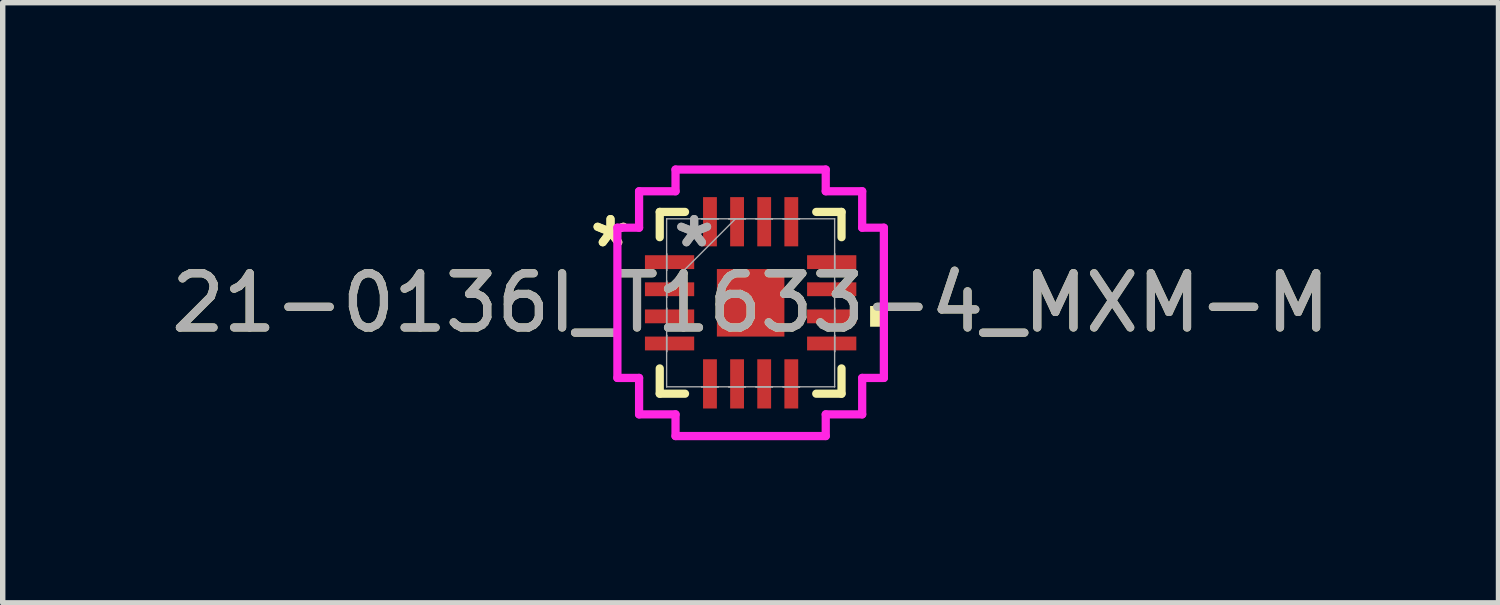
<source format=kicad_pcb>
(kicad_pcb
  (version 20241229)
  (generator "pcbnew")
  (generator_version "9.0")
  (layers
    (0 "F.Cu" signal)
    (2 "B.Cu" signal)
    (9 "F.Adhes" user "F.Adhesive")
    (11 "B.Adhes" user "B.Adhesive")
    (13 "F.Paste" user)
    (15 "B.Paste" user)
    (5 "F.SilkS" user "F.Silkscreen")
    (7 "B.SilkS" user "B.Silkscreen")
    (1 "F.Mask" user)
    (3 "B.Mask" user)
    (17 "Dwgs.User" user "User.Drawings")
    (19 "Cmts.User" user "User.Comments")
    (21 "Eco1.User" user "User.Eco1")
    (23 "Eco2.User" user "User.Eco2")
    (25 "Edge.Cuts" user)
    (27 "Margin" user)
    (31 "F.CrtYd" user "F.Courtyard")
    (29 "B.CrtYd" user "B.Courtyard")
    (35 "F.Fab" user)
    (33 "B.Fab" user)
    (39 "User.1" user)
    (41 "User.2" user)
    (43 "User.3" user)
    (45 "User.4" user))
  (footprint "21-0136I_T1633-4_MXM-M"
    (layer "F.Cu")
    (at 10.792 2.534)
    (property "Reference" "21-0136I_T1633-4_MXM-M" (at 0 0 0) (unlocked yes) (layer "F.SilkS") (effects (font (size 1 1) (thickness 0.15))))
    (attr smd)
    (fp_line (start -1.676 -1.676) (end -1.676 -1.21) (stroke (width 0.152) (type solid)) (layer "F.SilkS"))
    (fp_line (start -1.676 1.21) (end -1.676 1.676) (stroke (width 0.152) (type solid)) (layer "F.SilkS"))
    (fp_line (start -1.676 1.676) (end -1.21 1.676) (stroke (width 0.152) (type solid)) (layer "F.SilkS"))
    (fp_line (start -1.21 -1.676) (end -1.676 -1.676) (stroke (width 0.152) (type solid)) (layer "F.SilkS"))
    (fp_line (start 1.21 1.676) (end 1.676 1.676) (stroke (width 0.152) (type solid)) (layer "F.SilkS"))
    (fp_line (start 1.676 -1.676) (end 1.21 -1.676) (stroke (width 0.152) (type solid)) (layer "F.SilkS"))
    (fp_line (start 1.676 -1.21) (end 1.676 -1.676) (stroke (width 0.152) (type solid)) (layer "F.SilkS"))
    (fp_line (start 1.676 1.676) (end 1.676 1.21) (stroke (width 0.152) (type solid)) (layer "F.SilkS"))
    (fp_poly (pts (xy 2.457 0.059) (xy 2.457 0.441) (xy 2.203 0.441) (xy 2.203 0.059)) (stroke (width 0) (type solid)) (fill yes) (layer "F.SilkS"))
    (fp_line (start -2.457 -1.385) (end -2.057 -1.385) (stroke (width 0.152) (type solid)) (layer "F.CrtYd"))
    (fp_line (start -2.457 1.385) (end -2.457 -1.385) (stroke (width 0.152) (type solid)) (layer "F.CrtYd"))
    (fp_line (start -2.057 -2.057) (end -1.385 -2.057) (stroke (width 0.152) (type solid)) (layer "F.CrtYd"))
    (fp_line (start -2.057 -1.385) (end -2.057 -2.057) (stroke (width 0.152) (type solid)) (layer "F.CrtYd"))
    (fp_line (start -2.057 1.385) (end -2.457 1.385) (stroke (width 0.152) (type solid)) (layer "F.CrtYd"))
    (fp_line (start -2.057 2.057) (end -2.057 1.385) (stroke (width 0.152) (type solid)) (layer "F.CrtYd"))
    (fp_line (start -1.385 -2.457) (end 1.385 -2.457) (stroke (width 0.152) (type solid)) (layer "F.CrtYd"))
    (fp_line (start -1.385 -2.057) (end -1.385 -2.457) (stroke (width 0.152) (type solid)) (layer "F.CrtYd"))
    (fp_line (start -1.385 2.057) (end -2.057 2.057) (stroke (width 0.152) (type solid)) (layer "F.CrtYd"))
    (fp_line (start -1.385 2.457) (end -1.385 2.057) (stroke (width 0.152) (type solid)) (layer "F.CrtYd"))
    (fp_line (start 1.385 -2.457) (end 1.385 -2.057) (stroke (width 0.152) (type solid)) (layer "F.CrtYd"))
    (fp_line (start 1.385 -2.057) (end 2.057 -2.057) (stroke (width 0.152) (type solid)) (layer "F.CrtYd"))
    (fp_line (start 1.385 2.057) (end 1.385 2.457) (stroke (width 0.152) (type solid)) (layer "F.CrtYd"))
    (fp_line (start 1.385 2.457) (end -1.385 2.457) (stroke (width 0.152) (type solid)) (layer "F.CrtYd"))
    (fp_line (start 2.057 -2.057) (end 2.057 -1.385) (stroke (width 0.152) (type solid)) (layer "F.CrtYd"))
    (fp_line (start 2.057 -1.385) (end 2.457 -1.385) (stroke (width 0.152) (type solid)) (layer "F.CrtYd"))
    (fp_line (start 2.057 1.385) (end 2.057 2.057) (stroke (width 0.152) (type solid)) (layer "F.CrtYd"))
    (fp_line (start 2.057 2.057) (end 1.385 2.057) (stroke (width 0.152) (type solid)) (layer "F.CrtYd"))
    (fp_line (start 2.457 -1.385) (end 2.457 1.385) (stroke (width 0.152) (type solid)) (layer "F.CrtYd"))
    (fp_line (start 2.457 1.385) (end 2.057 1.385) (stroke (width 0.152) (type solid)) (layer "F.CrtYd"))
    (fp_line (start -1.549 -1.549) (end -1.549 -1.549) (stroke (width 0.025) (type solid)) (layer "F.Fab"))
    (fp_line (start -1.549 -1.549) (end -1.549 1.549) (stroke (width 0.025) (type solid)) (layer "F.Fab"))
    (fp_line (start -1.549 -0.902) (end -1.549 -0.902) (stroke (width 0.025) (type solid)) (layer "F.Fab"))
    (fp_line (start -1.549 -0.902) (end -1.549 -0.598) (stroke (width 0.025) (type solid)) (layer "F.Fab"))
    (fp_line (start -1.549 -0.598) (end -1.549 -0.902) (stroke (width 0.025) (type solid)) (layer "F.Fab"))
    (fp_line (start -1.549 -0.598) (end -1.549 -0.598) (stroke (width 0.025) (type solid)) (layer "F.Fab"))
    (fp_line (start -1.549 -0.402) (end -1.549 -0.402) (stroke (width 0.025) (type solid)) (layer "F.Fab"))
    (fp_line (start -1.549 -0.402) (end -1.549 -0.098) (stroke (width 0.025) (type solid)) (layer "F.Fab"))
    (fp_line (start -1.549 -0.279) (end -0.279 -1.549) (stroke (width 0.025) (type solid)) (layer "F.Fab"))
    (fp_line (start -1.549 -0.098) (end -1.549 -0.402) (stroke (width 0.025) (type solid)) (layer "F.Fab"))
    (fp_line (start -1.549 -0.098) (end -1.549 -0.098) (stroke (width 0.025) (type solid)) (layer "F.Fab"))
    (fp_line (start -1.549 0.098) (end -1.549 0.098) (stroke (width 0.025) (type solid)) (layer "F.Fab"))
    (fp_line (start -1.549 0.098) (end -1.549 0.402) (stroke (width 0.025) (type solid)) (layer "F.Fab"))
    (fp_line (start -1.549 0.402) (end -1.549 0.098) (stroke (width 0.025) (type solid)) (layer "F.Fab"))
    (fp_line (start -1.549 0.402) (end -1.549 0.402) (stroke (width 0.025) (type solid)) (layer "F.Fab"))
    (fp_line (start -1.549 0.598) (end -1.549 0.598) (stroke (width 0.025) (type solid)) (layer "F.Fab"))
    (fp_line (start -1.549 0.598) (end -1.549 0.902) (stroke (width 0.025) (type solid)) (layer "F.Fab"))
    (fp_line (start -1.549 0.902) (end -1.549 0.598) (stroke (width 0.025) (type solid)) (layer "F.Fab"))
    (fp_line (start -1.549 0.902) (end -1.549 0.902) (stroke (width 0.025) (type solid)) (layer "F.Fab"))
    (fp_line (start -1.549 1.549) (end -1.549 1.549) (stroke (width 0.025) (type solid)) (layer "F.Fab"))
    (fp_line (start -1.549 1.549) (end 1.549 1.549) (stroke (width 0.025) (type solid)) (layer "F.Fab"))
    (fp_line (start -0.902 -1.549) (end -0.902 -1.549) (stroke (width 0.025) (type solid)) (layer "F.Fab"))
    (fp_line (start -0.902 -1.549) (end -0.598 -1.549) (stroke (width 0.025) (type solid)) (layer "F.Fab"))
    (fp_line (start -0.902 1.549) (end -0.902 1.549) (stroke (width 0.025) (type solid)) (layer "F.Fab"))
    (fp_line (start -0.902 1.549) (end -0.598 1.549) (stroke (width 0.025) (type solid)) (layer "F.Fab"))
    (fp_line (start -0.598 -1.549) (end -0.902 -1.549) (stroke (width 0.025) (type solid)) (layer "F.Fab"))
    (fp_line (start -0.598 -1.549) (end -0.598 -1.549) (stroke (width 0.025) (type solid)) (layer "F.Fab"))
    (fp_line (start -0.598 1.549) (end -0.902 1.549) (stroke (width 0.025) (type solid)) (layer "F.Fab"))
    (fp_line (start -0.598 1.549) (end -0.598 1.549) (stroke (width 0.025) (type solid)) (layer "F.Fab"))
    (fp_line (start -0.402 -1.549) (end -0.402 -1.549) (stroke (width 0.025) (type solid)) (layer "F.Fab"))
    (fp_line (start -0.402 -1.549) (end -0.098 -1.549) (stroke (width 0.025) (type solid)) (layer "F.Fab"))
    (fp_line (start -0.402 1.549) (end -0.402 1.549) (stroke (width 0.025) (type solid)) (layer "F.Fab"))
    (fp_line (start -0.402 1.549) (end -0.098 1.549) (stroke (width 0.025) (type solid)) (layer "F.Fab"))
    (fp_line (start -0.098 -1.549) (end -0.402 -1.549) (stroke (width 0.025) (type solid)) (layer "F.Fab"))
    (fp_line (start -0.098 -1.549) (end -0.098 -1.549) (stroke (width 0.025) (type solid)) (layer "F.Fab"))
    (fp_line (start -0.098 1.549) (end -0.402 1.549) (stroke (width 0.025) (type solid)) (layer "F.Fab"))
    (fp_line (start -0.098 1.549) (end -0.098 1.549) (stroke (width 0.025) (type solid)) (layer "F.Fab"))
    (fp_line (start 0.098 -1.549) (end 0.098 -1.549) (stroke (width 0.025) (type solid)) (layer "F.Fab"))
    (fp_line (start 0.098 -1.549) (end 0.402 -1.549) (stroke (width 0.025) (type solid)) (layer "F.Fab"))
    (fp_line (start 0.098 1.549) (end 0.098 1.549) (stroke (width 0.025) (type solid)) (layer "F.Fab"))
    (fp_line (start 0.098 1.549) (end 0.402 1.549) (stroke (width 0.025) (type solid)) (layer "F.Fab"))
    (fp_line (start 0.402 -1.549) (end 0.098 -1.549) (stroke (width 0.025) (type solid)) (layer "F.Fab"))
    (fp_line (start 0.402 -1.549) (end 0.402 -1.549) (stroke (width 0.025) (type solid)) (layer "F.Fab"))
    (fp_line (start 0.402 1.549) (end 0.098 1.549) (stroke (width 0.025) (type solid)) (layer "F.Fab"))
    (fp_line (start 0.402 1.549) (end 0.402 1.549) (stroke (width 0.025) (type solid)) (layer "F.Fab"))
    (fp_line (start 0.598 -1.549) (end 0.598 -1.549) (stroke (width 0.025) (type solid)) (layer "F.Fab"))
    (fp_line (start 0.598 -1.549) (end 0.902 -1.549) (stroke (width 0.025) (type solid)) (layer "F.Fab"))
    (fp_line (start 0.598 1.549) (end 0.598 1.549) (stroke (width 0.025) (type solid)) (layer "F.Fab"))
    (fp_line (start 0.598 1.549) (end 0.902 1.549) (stroke (width 0.025) (type solid)) (layer "F.Fab"))
    (fp_line (start 0.902 -1.549) (end 0.598 -1.549) (stroke (width 0.025) (type solid)) (layer "F.Fab"))
    (fp_line (start 0.902 -1.549) (end 0.902 -1.549) (stroke (width 0.025) (type solid)) (layer "F.Fab"))
    (fp_line (start 0.902 1.549) (end 0.598 1.549) (stroke (width 0.025) (type solid)) (layer "F.Fab"))
    (fp_line (start 0.902 1.549) (end 0.902 1.549) (stroke (width 0.025) (type solid)) (layer "F.Fab"))
    (fp_line (start 1.549 -1.549) (end -1.549 -1.549) (stroke (width 0.025) (type solid)) (layer "F.Fab"))
    (fp_line (start 1.549 -1.549) (end 1.549 -1.549) (stroke (width 0.025) (type solid)) (layer "F.Fab"))
    (fp_line (start 1.549 -0.902) (end 1.549 -0.902) (stroke (width 0.025) (type solid)) (layer "F.Fab"))
    (fp_line (start 1.549 -0.902) (end 1.549 -0.598) (stroke (width 0.025) (type solid)) (layer "F.Fab"))
    (fp_line (start 1.549 -0.598) (end 1.549 -0.902) (stroke (width 0.025) (type solid)) (layer "F.Fab"))
    (fp_line (start 1.549 -0.598) (end 1.549 -0.598) (stroke (width 0.025) (type solid)) (layer "F.Fab"))
    (fp_line (start 1.549 -0.402) (end 1.549 -0.402) (stroke (width 0.025) (type solid)) (layer "F.Fab"))
    (fp_line (start 1.549 -0.402) (end 1.549 -0.098) (stroke (width 0.025) (type solid)) (layer "F.Fab"))
    (fp_line (start 1.549 -0.098) (end 1.549 -0.402) (stroke (width 0.025) (type solid)) (layer "F.Fab"))
    (fp_line (start 1.549 -0.098) (end 1.549 -0.098) (stroke (width 0.025) (type solid)) (layer "F.Fab"))
    (fp_line (start 1.549 0.098) (end 1.549 0.098) (stroke (width 0.025) (type solid)) (layer "F.Fab"))
    (fp_line (start 1.549 0.098) (end 1.549 0.402) (stroke (width 0.025) (type solid)) (layer "F.Fab"))
    (fp_line (start 1.549 0.402) (end 1.549 0.098) (stroke (width 0.025) (type solid)) (layer "F.Fab"))
    (fp_line (start 1.549 0.402) (end 1.549 0.402) (stroke (width 0.025) (type solid)) (layer "F.Fab"))
    (fp_line (start 1.549 0.598) (end 1.549 0.598) (stroke (width 0.025) (type solid)) (layer "F.Fab"))
    (fp_line (start 1.549 0.598) (end 1.549 0.902) (stroke (width 0.025) (type solid)) (layer "F.Fab"))
    (fp_line (start 1.549 0.902) (end 1.549 0.598) (stroke (width 0.025) (type solid)) (layer "F.Fab"))
    (fp_line (start 1.549 0.902) (end 1.549 0.902) (stroke (width 0.025) (type solid)) (layer "F.Fab"))
    (fp_line (start 1.549 1.549) (end 1.549 -1.549) (stroke (width 0.025) (type solid)) (layer "F.Fab"))
    (fp_line (start 1.549 1.549) (end 1.549 1.549) (stroke (width 0.025) (type solid)) (layer "F.Fab"))
    (fp_text user "*" (at -2.584 -1 0) (layer "F.SilkS") (effects (font (size 1 1) (thickness 0.15))))
    (fp_text user "*" (at -2.584 -1 0) (unlocked yes) (layer "F.SilkS") (effects (font (size 1 1) (thickness 0.15))))
    (fp_text user "*" (at -1.041 -1 0) (unlocked yes) (layer "F.Fab") (effects (font (size 1 1) (thickness 0.15))))
    (fp_text user "*" (at -1.041 -1 0) (layer "F.Fab") (effects (font (size 1 1) (thickness 0.15))))
    (fp_text user "${REFERENCE}" (at 0 0 0) (unlocked yes) (layer "F.Fab") (effects (font (size 1 1) (thickness 0.15))))
    (pad "1" smd rect (at -1.495 -0.75 90) (size 0.255 0.908) (layers "F.Cu" "F.Mask" "F.Paste"))
    (pad "2" smd rect (at -1.495 -0.25 90) (size 0.255 0.908) (layers "F.Cu" "F.Mask" "F.Paste"))
    (pad "3" smd rect (at -1.495 0.25 90) (size 0.255 0.908) (layers "F.Cu" "F.Mask" "F.Paste"))
    (pad "4" smd rect (at -1.495 0.75 90) (size 0.255 0.908) (layers "F.Cu" "F.Mask" "F.Paste"))
    (pad "5" smd rect (at -0.75 1.495) (size 0.255 0.908) (layers "F.Cu" "F.Mask" "F.Paste"))
    (pad "6" smd rect (at -0.25 1.495) (size 0.255 0.908) (layers "F.Cu" "F.Mask" "F.Paste"))
    (pad "7" smd rect (at 0.25 1.495) (size 0.255 0.908) (layers "F.Cu" "F.Mask" "F.Paste"))
    (pad "8" smd rect (at 0.75 1.495) (size 0.255 0.908) (layers "F.Cu" "F.Mask" "F.Paste"))
    (pad "9" smd rect (at 1.495 0.75 90) (size 0.255 0.908) (layers "F.Cu" "F.Mask" "F.Paste"))
    (pad "10" smd rect (at 1.495 0.25 90) (size 0.255 0.908) (layers "F.Cu" "F.Mask" "F.Paste"))
    (pad "11" smd rect (at 1.495 -0.25 90) (size 0.255 0.908) (layers "F.Cu" "F.Mask" "F.Paste"))
    (pad "12" smd rect (at 1.495 -0.75 90) (size 0.255 0.908) (layers "F.Cu" "F.Mask" "F.Paste"))
    (pad "13" smd rect (at 0.75 -1.495) (size 0.255 0.908) (layers "F.Cu" "F.Mask" "F.Paste"))
    (pad "14" smd rect (at 0.25 -1.495) (size 0.255 0.908) (layers "F.Cu" "F.Mask" "F.Paste"))
    (pad "15" smd rect (at -0.25 -1.495) (size 0.255 0.908) (layers "F.Cu" "F.Mask" "F.Paste"))
    (pad "16" smd rect (at -0.75 -1.495) (size 0.255 0.908) (layers "F.Cu" "F.Mask" "F.Paste"))
    (pad "17" smd rect (at 0 0) (size 1.245 1.245) (layers "F.Cu" "F.Mask" "F.Paste")))
  (gr_rect
    (start -3 -3)
    (end 24.583 8.067)
    (stroke (width 0.1) (type default))
    (fill no)
    (layer "Edge.Cuts")))
</source>
